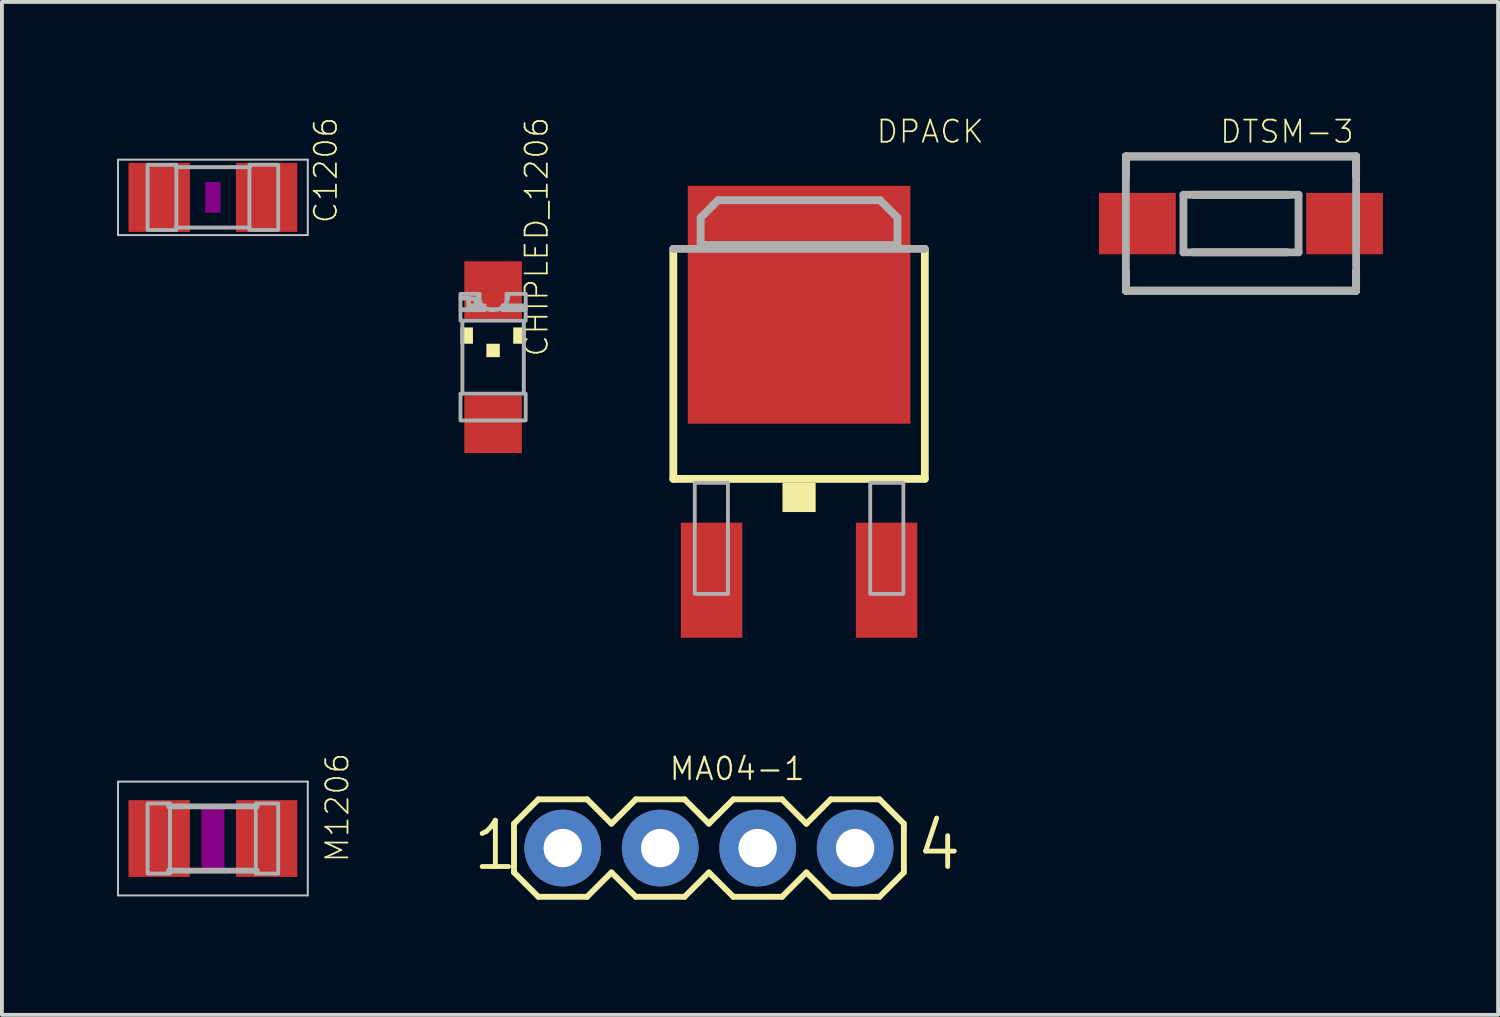
<source format=kicad_pcb>
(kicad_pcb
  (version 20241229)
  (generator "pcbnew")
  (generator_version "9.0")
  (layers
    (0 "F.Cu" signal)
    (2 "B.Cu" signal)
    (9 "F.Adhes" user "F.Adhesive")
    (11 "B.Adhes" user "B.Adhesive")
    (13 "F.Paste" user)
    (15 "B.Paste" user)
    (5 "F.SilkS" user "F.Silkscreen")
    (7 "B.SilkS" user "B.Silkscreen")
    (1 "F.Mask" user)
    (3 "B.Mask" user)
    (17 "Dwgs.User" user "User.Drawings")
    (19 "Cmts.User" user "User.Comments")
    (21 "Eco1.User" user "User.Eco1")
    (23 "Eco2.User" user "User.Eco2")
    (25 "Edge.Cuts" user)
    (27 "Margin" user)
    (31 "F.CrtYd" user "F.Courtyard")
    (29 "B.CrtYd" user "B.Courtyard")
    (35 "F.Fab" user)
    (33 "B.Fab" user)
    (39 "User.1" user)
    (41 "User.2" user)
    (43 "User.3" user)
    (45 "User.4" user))
  (footprint "M1206"
    (layer "F.Cu")
    (at 2.498 18.802)
    (property "Reference" "M1206" (at 3.581 0.66 90) (layer "F.SilkS") (effects (font (size 0.579 0.579) (thickness 0.046)) (justify left bottom)))
    (attr through_hole)
    (fp_poly (pts (xy -0.3 0.8) (xy 0.3 0.8) (xy 0.3 -0.8) (xy -0.3 -0.8)) (stroke (width 0) (type solid)) (fill yes) (layer "F.Adhes"))
    (fp_line (start -2.473 -1.483) (end 2.473 -1.483) (stroke (width 0.051) (type solid)) (layer "Dwgs.User"))
    (fp_line (start -2.473 1.483) (end -2.473 -1.483) (stroke (width 0.051) (type solid)) (layer "Dwgs.User"))
    (fp_line (start 2.473 -1.483) (end 2.473 1.483) (stroke (width 0.051) (type solid)) (layer "Dwgs.User"))
    (fp_line (start 2.473 1.483) (end -2.473 1.483) (stroke (width 0.051) (type solid)) (layer "Dwgs.User"))
    (fp_line (start 1.143 -0.838) (end -1.143 -0.838) (stroke (width 0.152) (type solid)) (layer "F.Fab"))
    (fp_line (start 1.143 0.838) (end -1.143 0.838) (stroke (width 0.152) (type solid)) (layer "F.Fab"))
    (fp_poly (pts (xy -1.702 0.914) (xy -1.118 0.914) (xy -1.118 -0.914) (xy -1.702 -0.914)) (stroke (width 0.1) (type solid)) (fill no) (layer "F.Fab"))
    (fp_poly (pts (xy 1.118 0.914) (xy 1.702 0.914) (xy 1.702 -0.914) (xy 1.118 -0.914)) (stroke (width 0.1) (type solid)) (fill no) (layer "F.Fab"))
    (pad "1" smd rect (at -1.4 0) (size 1.6 2) (layers "F.Cu" "F.Mask" "F.Paste"))
    (pad "2" smd rect (at 1.4 0) (size 1.6 2) (layers "F.Cu" "F.Mask" "F.Paste")))
  (footprint "MA04-1"
    (layer "F.Cu")
    (at 15.425 19.051)
    (property "Reference" "MA04-1" (at -1.067 -1.727 0) (layer "F.SilkS") (effects (font (size 0.579 0.579) (thickness 0.058)) (justify left bottom)))
    (attr through_hole)
    (fp_line (start -5.08 -0.635) (end -5.08 0.635) (stroke (width 0.152) (type solid)) (layer "F.SilkS"))
    (fp_line (start -5.08 0.635) (end -4.445 1.27) (stroke (width 0.152) (type solid)) (layer "F.SilkS"))
    (fp_line (start -4.445 -1.27) (end -5.08 -0.635) (stroke (width 0.152) (type solid)) (layer "F.SilkS"))
    (fp_line (start -4.445 -1.27) (end -3.175 -1.27) (stroke (width 0.152) (type solid)) (layer "F.SilkS"))
    (fp_line (start -3.175 -1.27) (end -2.54 -0.635) (stroke (width 0.152) (type solid)) (layer "F.SilkS"))
    (fp_line (start -3.175 1.27) (end -4.445 1.27) (stroke (width 0.152) (type solid)) (layer "F.SilkS"))
    (fp_line (start -2.54 -0.635) (end -1.905 -1.27) (stroke (width 0.152) (type solid)) (layer "F.SilkS"))
    (fp_line (start -2.54 0.635) (end -3.175 1.27) (stroke (width 0.152) (type solid)) (layer "F.SilkS"))
    (fp_line (start -1.905 -1.27) (end -0.635 -1.27) (stroke (width 0.152) (type solid)) (layer "F.SilkS"))
    (fp_line (start -1.905 1.27) (end -2.54 0.635) (stroke (width 0.152) (type solid)) (layer "F.SilkS"))
    (fp_line (start -0.635 -1.27) (end 0 -0.635) (stroke (width 0.152) (type solid)) (layer "F.SilkS"))
    (fp_line (start -0.635 1.27) (end -1.905 1.27) (stroke (width 0.152) (type solid)) (layer "F.SilkS"))
    (fp_line (start 0 -0.635) (end 0.635 -1.27) (stroke (width 0.152) (type solid)) (layer "F.SilkS"))
    (fp_line (start 0 0.635) (end -0.635 1.27) (stroke (width 0.152) (type solid)) (layer "F.SilkS"))
    (fp_line (start 0.635 -1.27) (end 1.905 -1.27) (stroke (width 0.152) (type solid)) (layer "F.SilkS"))
    (fp_line (start 0.635 1.27) (end 0 0.635) (stroke (width 0.152) (type solid)) (layer "F.SilkS"))
    (fp_line (start 1.905 -1.27) (end 2.54 -0.635) (stroke (width 0.152) (type solid)) (layer "F.SilkS"))
    (fp_line (start 1.905 1.27) (end 0.635 1.27) (stroke (width 0.152) (type solid)) (layer "F.SilkS"))
    (fp_line (start 2.54 0.635) (end 1.905 1.27) (stroke (width 0.152) (type solid)) (layer "F.SilkS"))
    (fp_line (start 2.54 0.635) (end 3.175 1.27) (stroke (width 0.152) (type solid)) (layer "F.SilkS"))
    (fp_line (start 3.175 -1.27) (end 2.54 -0.635) (stroke (width 0.152) (type solid)) (layer "F.SilkS"))
    (fp_line (start 3.175 -1.27) (end 4.445 -1.27) (stroke (width 0.152) (type solid)) (layer "F.SilkS"))
    (fp_line (start 4.445 -1.27) (end 5.08 -0.635) (stroke (width 0.152) (type solid)) (layer "F.SilkS"))
    (fp_line (start 4.445 1.27) (end 3.175 1.27) (stroke (width 0.152) (type solid)) (layer "F.SilkS"))
    (fp_line (start 5.08 -0.635) (end 5.08 0.635) (stroke (width 0.152) (type solid)) (layer "F.SilkS"))
    (fp_line (start 5.08 0.635) (end 4.445 1.27) (stroke (width 0.152) (type solid)) (layer "F.SilkS"))
    (fp_poly (pts (xy -4.064 0.254) (xy -3.556 0.254) (xy -3.556 -0.254) (xy -4.064 -0.254)) (stroke (width 0.1) (type solid)) (fill no) (layer "F.Fab"))
    (fp_poly (pts (xy -1.524 0.254) (xy -1.016 0.254) (xy -1.016 -0.254) (xy -1.524 -0.254)) (stroke (width 0.1) (type solid)) (fill no) (layer "F.Fab"))
    (fp_poly (pts (xy 1.016 0.254) (xy 1.524 0.254) (xy 1.524 -0.254) (xy 1.016 -0.254)) (stroke (width 0.1) (type solid)) (fill no) (layer "F.Fab"))
    (fp_poly (pts (xy 3.556 0.254) (xy 4.064 0.254) (xy 4.064 -0.254) (xy 3.556 -0.254)) (stroke (width 0.1) (type solid)) (fill no) (layer "F.Fab"))
    (fp_text user "4" (at 5.334 0.635 0) (layer "F.SilkS") (effects (font (size 1.206 1.206) (thickness 0.127)) (justify left bottom)))
    (fp_text user "1" (at -6.223 0.635 0) (layer "F.SilkS") (effects (font (size 1.206 1.206) (thickness 0.127)) (justify left bottom)))
    (pad "1" thru_hole circle (at -3.81 0 90) (size 2 2) (drill 1) (layers "*.Cu" "*.Mask"))
    (pad "2" thru_hole circle (at -1.27 0 90) (size 2 2) (drill 1) (layers "*.Cu" "*.Mask"))
    (pad "3" thru_hole circle (at 1.27 0 90) (size 2 2) (drill 1) (layers "*.Cu" "*.Mask"))
    (pad "4" thru_hole circle (at 3.81 0 90) (size 2 2) (drill 1) (layers "*.Cu" "*.Mask")))
  (footprint "DPACK"
    (layer "F.Cu")
    (at 17.774 7.271)
    (property "Reference" "DPACK" (at 1.981 -6.553 0) (layer "F.SilkS") (effects (font (size 0.579 0.579) (thickness 0.046)) (justify left bottom)))
    (attr through_hole)
    (fp_line (start -3.277 2.159) (end -3.277 -3.835) (stroke (width 0.203) (type solid)) (layer "F.SilkS"))
    (fp_line (start 3.277 -3.835) (end 3.277 2.159) (stroke (width 0.203) (type solid)) (layer "F.SilkS"))
    (fp_line (start 3.277 2.159) (end -3.277 2.159) (stroke (width 0.203) (type solid)) (layer "F.SilkS"))
    (fp_poly (pts (xy -0.432 3.023) (xy 0.432 3.023) (xy 0.432 2.261) (xy -0.432 2.261)) (stroke (width 0) (type solid)) (fill yes) (layer "F.SilkS"))
    (fp_line (start -3.277 -3.835) (end 3.277 -3.835) (stroke (width 0.203) (type solid)) (layer "F.Fab"))
    (fp_line (start -2.565 -4.648) (end -2.108 -5.105) (stroke (width 0.203) (type solid)) (layer "F.Fab"))
    (fp_line (start -2.565 -3.937) (end -2.565 -4.648) (stroke (width 0.203) (type solid)) (layer "F.Fab"))
    (fp_line (start -2.108 -5.105) (end 2.108 -5.105) (stroke (width 0.203) (type solid)) (layer "F.Fab"))
    (fp_line (start 2.108 -5.105) (end 2.565 -4.648) (stroke (width 0.203) (type solid)) (layer "F.Fab"))
    (fp_line (start 2.565 -4.648) (end 2.565 -3.937) (stroke (width 0.203) (type solid)) (layer "F.Fab"))
    (fp_line (start 2.565 -3.937) (end -2.565 -3.937) (stroke (width 0.203) (type solid)) (layer "F.Fab"))
    (fp_poly (pts (xy -2.718 5.156) (xy -1.854 5.156) (xy -1.854 2.261) (xy -2.718 2.261)) (stroke (width 0.1) (type solid)) (fill no) (layer "F.Fab"))
    (fp_poly (pts (xy 1.854 5.156) (xy 2.718 5.156) (xy 2.718 2.261) (xy 1.854 2.261)) (stroke (width 0.1) (type solid)) (fill no) (layer "F.Fab"))
    (fp_poly (pts (xy -2.565 -3.937) (xy -2.565 -4.648) (xy -2.108 -5.105) (xy 2.108 -5.105) (xy 2.565 -4.648) (xy 2.565 -3.937)) (stroke (width 0.1) (type solid)) (fill no) (layer "F.Fab"))
    (pad "1" smd rect (at -2.28 4.8) (size 1.6 3) (layers "F.Cu" "F.Mask" "F.Paste"))
    (pad "3" smd rect (at 2.28 4.8) (size 1.6 3) (layers "F.Cu" "F.Mask" "F.Paste"))
    (pad "4" smd rect (at 0 -2.38) (size 5.8 6.2) (layers "F.Cu" "F.Mask" "F.Paste")))
  (footprint "C1206"
    (layer "F.Cu")
    (at 2.498 2.094)
    (property "Reference" "C1206" (at 3.28 0.714 270) (layer "F.SilkS") (effects (font (size 0.579 0.579) (thickness 0.046)) (justify left bottom)))
    (attr through_hole)
    (fp_poly (pts (xy -0.2 0.4) (xy 0.2 0.4) (xy 0.2 -0.4) (xy -0.2 -0.4)) (stroke (width 0) (type solid)) (fill yes) (layer "F.Adhes"))
    (fp_line (start -2.473 -0.983) (end 2.473 -0.983) (stroke (width 0.051) (type solid)) (layer "Dwgs.User"))
    (fp_line (start -2.473 0.983) (end -2.473 -0.983) (stroke (width 0.051) (type solid)) (layer "Dwgs.User"))
    (fp_line (start 2.473 -0.983) (end 2.473 0.983) (stroke (width 0.051) (type solid)) (layer "Dwgs.User"))
    (fp_line (start 2.473 0.983) (end -2.473 0.983) (stroke (width 0.051) (type solid)) (layer "Dwgs.User"))
    (fp_line (start -0.965 -0.787) (end 0.965 -0.787) (stroke (width 0.102) (type solid)) (layer "F.Fab"))
    (fp_line (start -0.965 0.787) (end 0.965 0.787) (stroke (width 0.102) (type solid)) (layer "F.Fab"))
    (fp_poly (pts (xy -1.702 0.851) (xy -0.952 0.851) (xy -0.952 -0.849) (xy -1.702 -0.849)) (stroke (width 0.1) (type solid)) (fill no) (layer "F.Fab"))
    (fp_poly (pts (xy 0.952 0.849) (xy 1.702 0.849) (xy 1.702 -0.851) (xy 0.952 -0.851)) (stroke (width 0.1) (type solid)) (fill no) (layer "F.Fab"))
    (pad "1" smd rect (at -1.4 0) (size 1.6 1.8) (layers "F.Cu" "F.Mask" "F.Paste"))
    (pad "2" smd rect (at 1.4 0) (size 1.6 1.8) (layers "F.Cu" "F.Mask" "F.Paste")))
  (footprint "CHIPLED_1206"
    (layer "F.Cu")
    (at 9.8 6.258)
    (property "Reference" "CHIPLED_1206" (at 1.473 0.025 90) (layer "F.SilkS") (effects (font (size 0.579 0.579) (thickness 0.046)) (justify left bottom)))
    (attr through_hole)
    (fp_poly (pts (xy -0.85 -0.35) (xy -0.525 -0.35) (xy -0.525 -0.775) (xy -0.85 -0.775)) (stroke (width 0) (type solid)) (fill yes) (layer "F.SilkS"))
    (fp_poly (pts (xy -0.175 0) (xy 0.175 0) (xy 0.175 -0.35) (xy -0.175 -0.35)) (stroke (width 0) (type solid)) (fill yes) (layer "F.SilkS"))
    (fp_poly (pts (xy 0.525 -0.35) (xy 0.85 -0.35) (xy 0.85 -0.775) (xy 0.525 -0.775)) (stroke (width 0) (type solid)) (fill yes) (layer "F.SilkS"))
    (fp_line (start -0.8 0.95) (end -0.8 -0.95) (stroke (width 0.102) (type solid)) (layer "F.Fab"))
    (fp_line (start 0.8 -0.95) (end 0.8 0.95) (stroke (width 0.102) (type solid)) (layer "F.Fab"))
    (fp_arc (start 0.4 -1.599998) (mid -0.000001 -1.224968) (end -0.4 -1.6) (stroke (width 0.1016) (type solid)) (layer "F.Fab"))
    (fp_circle (center -0.55 -1.425) (end -0.45 -1.425) (stroke (width 0.102) (type solid)) (fill no) (layer "F.Fab"))
    (fp_poly (pts (xy -0.85 -1.525) (xy -0.35 -1.525) (xy -0.35 -1.65) (xy -0.85 -1.65)) (stroke (width 0.1) (type solid)) (fill no) (layer "F.Fab"))
    (fp_poly (pts (xy -0.85 -1.225) (xy -0.625 -1.225) (xy -0.625 -1.55) (xy -0.85 -1.55)) (stroke (width 0.1) (type solid)) (fill no) (layer "F.Fab"))
    (fp_poly (pts (xy -0.85 -0.95) (xy 0.85 -0.95) (xy 0.85 -1.25) (xy -0.85 -1.25)) (stroke (width 0.1) (type solid)) (fill no) (layer "F.Fab"))
    (fp_poly (pts (xy -0.85 1.65) (xy 0.85 1.65) (xy 0.85 0.95) (xy -0.85 0.95)) (stroke (width 0.1) (type solid)) (fill no) (layer "F.Fab"))
    (fp_poly (pts (xy -0.65 -1.225) (xy -0.225 -1.225) (xy -0.225 -1.35) (xy -0.65 -1.35)) (stroke (width 0.1) (type solid)) (fill no) (layer "F.Fab"))
    (fp_poly (pts (xy -0.45 -1.225) (xy -0.325 -1.225) (xy -0.325 -1.45) (xy -0.45 -1.45)) (stroke (width 0.1) (type solid)) (fill no) (layer "F.Fab"))
    (fp_poly (pts (xy 0.25 -1.225) (xy 0.85 -1.225) (xy 0.85 -1.35) (xy 0.25 -1.35)) (stroke (width 0.1) (type solid)) (fill no) (layer "F.Fab"))
    (fp_poly (pts (xy 0.35 -1.3) (xy 0.85 -1.3) (xy 0.85 -1.65) (xy 0.35 -1.65)) (stroke (width 0.1) (type solid)) (fill no) (layer "F.Fab"))
    (pad "A" smd rect (at 0 1.75) (size 1.5 1.5) (layers "F.Cu" "F.Mask" "F.Paste"))
    (pad "C" smd rect (at 0 -1.75) (size 1.5 1.5) (layers "F.Cu" "F.Mask" "F.Paste")))
  (footprint "DTSM-3"
    (layer "F.Cu")
    (at 29.291 2.776)
    (property "Reference" "DTSM-3" (at -0.584 -2.057 0) (layer "F.SilkS") (effects (font (size 0.579 0.579) (thickness 0.046)) (justify left bottom)))
    (attr through_hole)
    (fp_line (start -3 -1.75) (end -3 -1.25) (stroke (width 0.203) (type solid)) (layer "F.SilkS"))
    (fp_line (start -3 -1.75) (end 3 -1.75) (stroke (width 0.203) (type solid)) (layer "F.SilkS"))
    (fp_line (start -3 1.75) (end -3 1.25) (stroke (width 0.203) (type solid)) (layer "F.SilkS"))
    (fp_line (start -1.25 -0.75) (end 1.25 -0.75) (stroke (width 0.203) (type solid)) (layer "F.SilkS"))
    (fp_line (start -1.25 0.75) (end 1.2 0.75) (stroke (width 0.203) (type solid)) (layer "F.SilkS"))
    (fp_line (start 3 -1.75) (end 3 -1.25) (stroke (width 0.203) (type solid)) (layer "F.SilkS"))
    (fp_line (start 3 1.25) (end 3 1.75) (stroke (width 0.203) (type solid)) (layer "F.SilkS"))
    (fp_line (start 3 1.75) (end -3 1.75) (stroke (width 0.203) (type solid)) (layer "F.SilkS"))
    (fp_line (start -3 -1.75) (end 3 -1.75) (stroke (width 0.203) (type solid)) (layer "F.Fab"))
    (fp_line (start -3 1.75) (end -3 -1.75) (stroke (width 0.203) (type solid)) (layer "F.Fab"))
    (fp_line (start -1.5 -0.75) (end 1.5 -0.75) (stroke (width 0.203) (type solid)) (layer "F.Fab"))
    (fp_line (start -1.5 0.75) (end -1.5 -0.75) (stroke (width 0.203) (type solid)) (layer "F.Fab"))
    (fp_line (start 1.5 -0.75) (end 1.5 0.75) (stroke (width 0.203) (type solid)) (layer "F.Fab"))
    (fp_line (start 1.5 0.75) (end -1.5 0.75) (stroke (width 0.203) (type solid)) (layer "F.Fab"))
    (fp_line (start 3 -1.75) (end 3 1.75) (stroke (width 0.203) (type solid)) (layer "F.Fab"))
    (fp_line (start 3 1.75) (end -3 1.75) (stroke (width 0.203) (type solid)) (layer "F.Fab"))
    (pad "1" smd rect (at -2.7 0) (size 2 1.6) (layers "F.Cu" "F.Mask" "F.Paste"))
    (pad "2" smd rect (at 2.7 0) (size 2 1.6) (layers "F.Cu" "F.Mask" "F.Paste")))
  (gr_rect
    (start -3 -3)
    (end 35.991 23.398)
    (stroke (width 0.1) (type default))
    (fill no)
    (layer "Edge.Cuts")))
</source>
